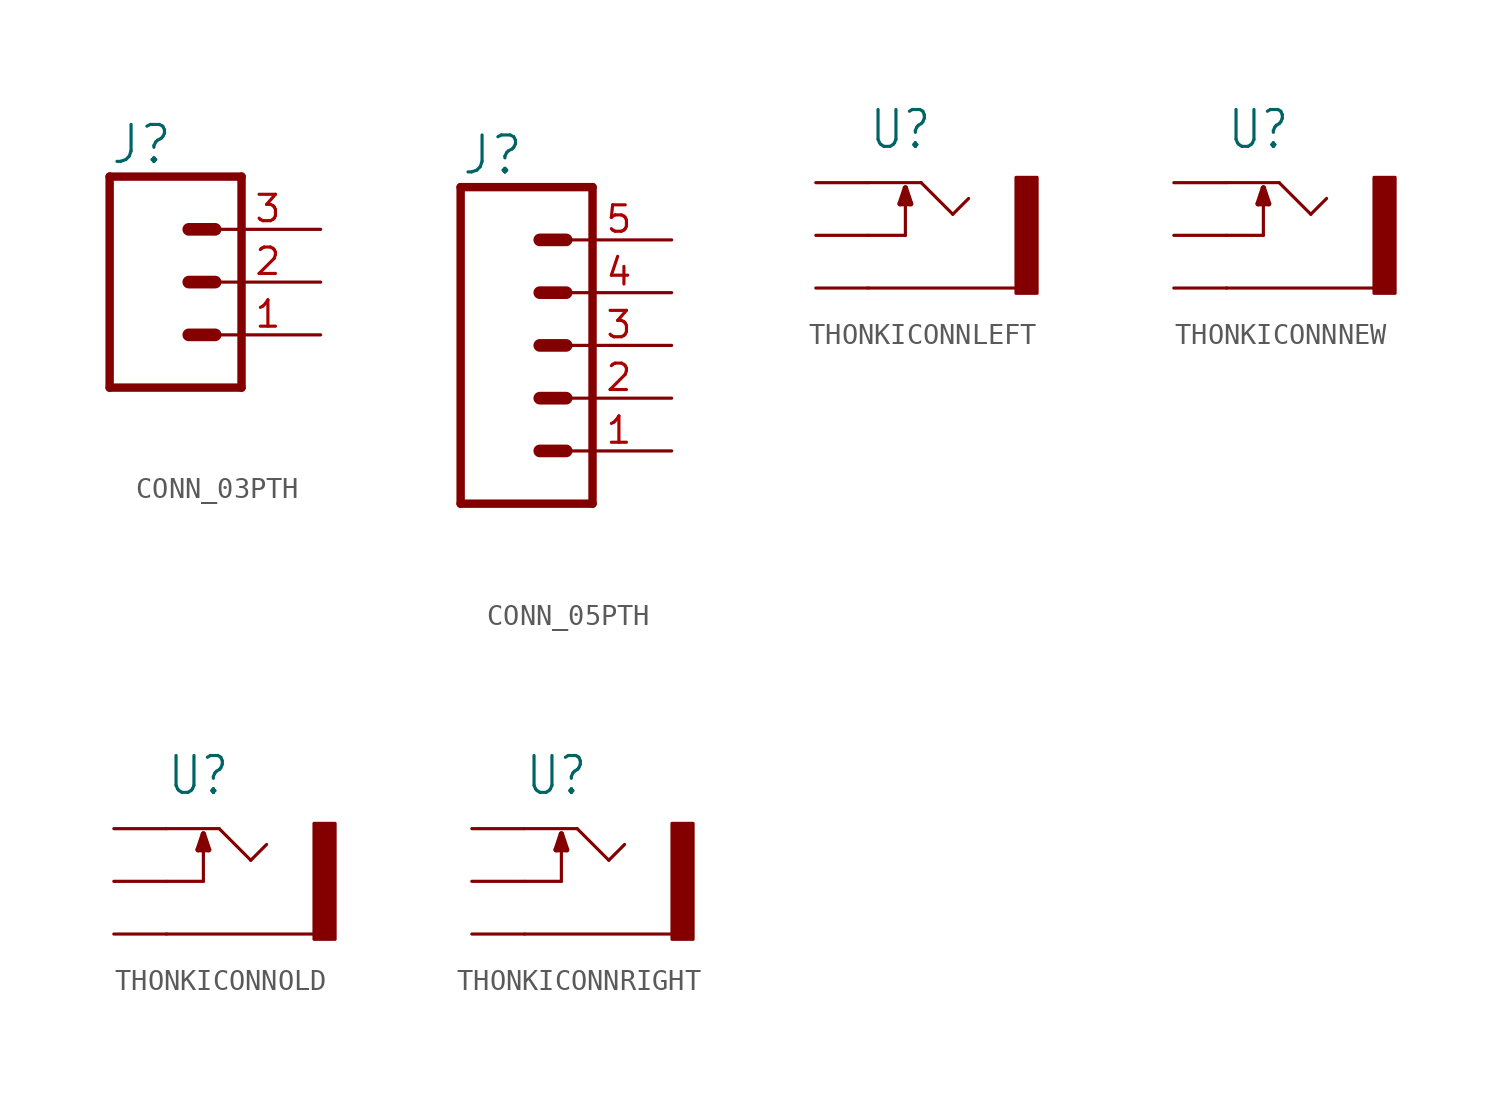
<source format=kicad_sym>
(kicad_symbol_lib
  (version 20231120)
  (generator "kicad_symbol_editor")
  (generator_version "8.0")
  (symbol "CONN_03PTH"
    (property "Reference" "J"
      (at -2.54 5.588 0)
      (effects (font (size 1.778 1.778)) (justify left bottom)))
    (property "Value" ""
      (at -2.54 -7.366 0)
      (effects (font (size 1.778 1.778)) (justify left bottom)))
    (property "ki_locked" ""
      (at 0 0 0)
      (effects (font (size 1.27 1.27))))
    (symbol "CONN_03PTH_1_0"
      (polyline (pts (xy -2.54 5.08) (xy -2.54 -5.08)) (stroke (width 0.406) (type solid)) (fill (type none)))
      (polyline (pts (xy -2.54 5.08) (xy 3.81 5.08)) (stroke (width 0.406) (type solid)) (fill (type none)))
      (polyline (pts (xy 1.27 -2.54) (xy 2.54 -2.54)) (stroke (width 0.61) (type solid)) (fill (type none)))
      (polyline (pts (xy 1.27 0) (xy 2.54 0)) (stroke (width 0.61) (type solid)) (fill (type none)))
      (polyline (pts (xy 1.27 2.54) (xy 2.54 2.54)) (stroke (width 0.61) (type solid)) (fill (type none)))
      (polyline (pts (xy 3.81 -5.08) (xy -2.54 -5.08)) (stroke (width 0.406) (type solid)) (fill (type none)))
      (polyline (pts (xy 3.81 -5.08) (xy 3.81 5.08)) (stroke (width 0.406) (type solid)) (fill (type none)))
      (pin passive line (at 7.62 -2.54 180) (length 5.08) (name "1" (effects (font (size 0 0)))) (number "1" (effects (font (size 1.27 1.27)))))
      (pin passive line (at 7.62 0 180) (length 5.08) (name "2" (effects (font (size 0 0)))) (number "2" (effects (font (size 1.27 1.27)))))
      (pin passive line (at 7.62 2.54 180) (length 5.08) (name "3" (effects (font (size 0 0)))) (number "3" (effects (font (size 1.27 1.27)))))))
  (symbol "CONN_05PTH"
    (property "Reference" "J"
      (at -2.54 8.128 0)
      (effects (font (size 1.778 1.778)) (justify left bottom)))
    (property "Value" ""
      (at -2.54 -9.906 0)
      (effects (font (size 1.778 1.778)) (justify left bottom)))
    (property "ki_locked" ""
      (at 0 0 0)
      (effects (font (size 1.27 1.27))))
    (symbol "CONN_05PTH_1_0"
      (polyline (pts (xy -2.54 7.62) (xy -2.54 -7.62)) (stroke (width 0.406) (type solid)) (fill (type none)))
      (polyline (pts (xy -2.54 7.62) (xy 3.81 7.62)) (stroke (width 0.406) (type solid)) (fill (type none)))
      (polyline (pts (xy 1.27 -5.08) (xy 2.54 -5.08)) (stroke (width 0.61) (type solid)) (fill (type none)))
      (polyline (pts (xy 1.27 -2.54) (xy 2.54 -2.54)) (stroke (width 0.61) (type solid)) (fill (type none)))
      (polyline (pts (xy 1.27 0) (xy 2.54 0)) (stroke (width 0.61) (type solid)) (fill (type none)))
      (polyline (pts (xy 1.27 2.54) (xy 2.54 2.54)) (stroke (width 0.61) (type solid)) (fill (type none)))
      (polyline (pts (xy 1.27 5.08) (xy 2.54 5.08)) (stroke (width 0.61) (type solid)) (fill (type none)))
      (polyline (pts (xy 3.81 -7.62) (xy -2.54 -7.62)) (stroke (width 0.406) (type solid)) (fill (type none)))
      (polyline (pts (xy 3.81 -7.62) (xy 3.81 7.62)) (stroke (width 0.406) (type solid)) (fill (type none)))
      (pin passive line (at 7.62 -5.08 180) (length 5.08) (name "1" (effects (font (size 0 0)))) (number "1" (effects (font (size 1.27 1.27)))))
      (pin passive line (at 7.62 -2.54 180) (length 5.08) (name "2" (effects (font (size 0 0)))) (number "2" (effects (font (size 1.27 1.27)))))
      (pin passive line (at 7.62 0 180) (length 5.08) (name "3" (effects (font (size 0 0)))) (number "3" (effects (font (size 1.27 1.27)))))
      (pin passive line (at 7.62 2.54 180) (length 5.08) (name "4" (effects (font (size 0 0)))) (number "4" (effects (font (size 1.27 1.27)))))
      (pin passive line (at 7.62 5.08 180) (length 5.08) (name "5" (effects (font (size 0 0)))) (number "5" (effects (font (size 1.27 1.27)))))))
  (symbol "THONKICONNLEFT"
    (property "Reference" "U"
      (at -2.54 4.064 0)
      (effects (font (size 1.778 1.511)) (justify left bottom)))
    (property "ki_locked" ""
      (at 0 0 0)
      (effects (font (size 1.27 1.27))))
    (symbol "THONKICONNLEFT_1_0"
      (polyline (pts (xy -2.54 -2.54) (xy 4.572 -2.54)) (stroke (width 0.152) (type solid)) (fill (type none)))
      (polyline (pts (xy -2.54 0) (xy -0.762 0)) (stroke (width 0.152) (type solid)) (fill (type none)))
      (polyline (pts (xy -2.54 2.54) (xy 0 2.54)) (stroke (width 0.152) (type solid)) (fill (type none)))
      (polyline (pts (xy -1.016 1.524) (xy -0.508 1.524)) (stroke (width 0.254) (type solid)) (fill (type none)))
      (polyline (pts (xy -0.762 0) (xy -0.762 2.286)) (stroke (width 0.152) (type solid)) (fill (type none)))
      (polyline (pts (xy -0.762 2.286) (xy -1.016 1.524)) (stroke (width 0.254) (type solid)) (fill (type none)))
      (polyline (pts (xy -0.508 1.524) (xy -0.762 2.286)) (stroke (width 0.254) (type solid)) (fill (type none)))
      (polyline (pts (xy 0 2.54) (xy 1.524 1.016)) (stroke (width 0.152) (type solid)) (fill (type none)))
      (polyline (pts (xy 1.524 1.016) (xy 2.286 1.778)) (stroke (width 0.152) (type solid)) (fill (type none)))
      (rectangle (start 4.572 2.794) (end 5.588 -2.794) (stroke (width 0) (type default)) (fill (type outline)))
      (pin passive line (at -5.08 2.54 0) (length 2.54) (name "TIP" (effects (font (size 0 0)))) (number "P$1_TIP" (effects (font (size 0 0)))))
      (pin passive line (at -5.08 0 0) (length 2.54) (name "SWITCH" (effects (font (size 0 0)))) (number "P$2_SWITCH" (effects (font (size 0 0)))))
      (pin passive line (at -5.08 -2.54 0) (length 2.54) (name "SLEEVE" (effects (font (size 0 0)))) (number "P$3_SLEEVE" (effects (font (size 0 0)))))))
  (symbol "THONKICONNNEW"
    (property "Reference" "U"
      (at -2.54 4.064 0)
      (effects (font (size 1.778 1.511)) (justify left bottom)))
    (property "ki_locked" ""
      (at 0 0 0)
      (effects (font (size 1.27 1.27))))
    (symbol "THONKICONNNEW_1_0"
      (polyline (pts (xy -2.54 -2.54) (xy 4.572 -2.54)) (stroke (width 0.152) (type solid)) (fill (type none)))
      (polyline (pts (xy -2.54 0) (xy -0.762 0)) (stroke (width 0.152) (type solid)) (fill (type none)))
      (polyline (pts (xy -2.54 2.54) (xy 0 2.54)) (stroke (width 0.152) (type solid)) (fill (type none)))
      (polyline (pts (xy -1.016 1.524) (xy -0.508 1.524)) (stroke (width 0.254) (type solid)) (fill (type none)))
      (polyline (pts (xy -0.762 0) (xy -0.762 2.286)) (stroke (width 0.152) (type solid)) (fill (type none)))
      (polyline (pts (xy -0.762 2.286) (xy -1.016 1.524)) (stroke (width 0.254) (type solid)) (fill (type none)))
      (polyline (pts (xy -0.508 1.524) (xy -0.762 2.286)) (stroke (width 0.254) (type solid)) (fill (type none)))
      (polyline (pts (xy 0 2.54) (xy 1.524 1.016)) (stroke (width 0.152) (type solid)) (fill (type none)))
      (polyline (pts (xy 1.524 1.016) (xy 2.286 1.778)) (stroke (width 0.152) (type solid)) (fill (type none)))
      (rectangle (start 4.572 2.794) (end 5.588 -2.794) (stroke (width 0) (type default)) (fill (type outline)))
      (pin passive line (at -5.08 2.54 0) (length 2.54) (name "TIP" (effects (font (size 0 0)))) (number "P$1_TIP" (effects (font (size 0 0)))))
      (pin passive line (at -5.08 0 0) (length 2.54) (name "SWITCH" (effects (font (size 0 0)))) (number "P$2_SWITCH" (effects (font (size 0 0)))))
      (pin passive line (at -5.08 -2.54 0) (length 2.54) (name "SLEEVE" (effects (font (size 0 0)))) (number "P$3_SLEEVE" (effects (font (size 0 0)))))))
  (symbol "THONKICONNOLD"
    (property "Reference" "U"
      (at -2.54 4.064 0)
      (effects (font (size 1.778 1.511)) (justify left bottom)))
    (property "ki_locked" ""
      (at 0 0 0)
      (effects (font (size 1.27 1.27))))
    (symbol "THONKICONNOLD_1_0"
      (polyline (pts (xy -2.54 -2.54) (xy 4.572 -2.54)) (stroke (width 0.152) (type solid)) (fill (type none)))
      (polyline (pts (xy -2.54 0) (xy -0.762 0)) (stroke (width 0.152) (type solid)) (fill (type none)))
      (polyline (pts (xy -2.54 2.54) (xy 0 2.54)) (stroke (width 0.152) (type solid)) (fill (type none)))
      (polyline (pts (xy -1.016 1.524) (xy -0.508 1.524)) (stroke (width 0.254) (type solid)) (fill (type none)))
      (polyline (pts (xy -0.762 0) (xy -0.762 2.286)) (stroke (width 0.152) (type solid)) (fill (type none)))
      (polyline (pts (xy -0.762 2.286) (xy -1.016 1.524)) (stroke (width 0.254) (type solid)) (fill (type none)))
      (polyline (pts (xy -0.508 1.524) (xy -0.762 2.286)) (stroke (width 0.254) (type solid)) (fill (type none)))
      (polyline (pts (xy 0 2.54) (xy 1.524 1.016)) (stroke (width 0.152) (type solid)) (fill (type none)))
      (polyline (pts (xy 1.524 1.016) (xy 2.286 1.778)) (stroke (width 0.152) (type solid)) (fill (type none)))
      (rectangle (start 4.572 2.794) (end 5.588 -2.794) (stroke (width 0) (type default)) (fill (type outline)))
      (pin passive line (at -5.08 -2.54 0) (length 2.54) (name "SLEEVE" (effects (font (size 0 0)))) (number "P$1_SLEEVE" (effects (font (size 0 0)))))
      (pin passive line (at -5.08 0 0) (length 2.54) (name "SWITCH" (effects (font (size 0 0)))) (number "P$2_SWITCH" (effects (font (size 0 0)))))
      (pin passive line (at -5.08 2.54 0) (length 2.54) (name "TIP" (effects (font (size 0 0)))) (number "P$3_TIP" (effects (font (size 0 0)))))))
  (symbol "THONKICONNRIGHT"
    (property "Reference" "U"
      (at -2.54 4.064 0)
      (effects (font (size 1.778 1.511)) (justify left bottom)))
    (property "ki_locked" ""
      (at 0 0 0)
      (effects (font (size 1.27 1.27))))
    (symbol "THONKICONNRIGHT_1_0"
      (polyline (pts (xy -2.54 -2.54) (xy 4.572 -2.54)) (stroke (width 0.152) (type solid)) (fill (type none)))
      (polyline (pts (xy -2.54 0) (xy -0.762 0)) (stroke (width 0.152) (type solid)) (fill (type none)))
      (polyline (pts (xy -2.54 2.54) (xy 0 2.54)) (stroke (width 0.152) (type solid)) (fill (type none)))
      (polyline (pts (xy -1.016 1.524) (xy -0.508 1.524)) (stroke (width 0.254) (type solid)) (fill (type none)))
      (polyline (pts (xy -0.762 0) (xy -0.762 2.286)) (stroke (width 0.152) (type solid)) (fill (type none)))
      (polyline (pts (xy -0.762 2.286) (xy -1.016 1.524)) (stroke (width 0.254) (type solid)) (fill (type none)))
      (polyline (pts (xy -0.508 1.524) (xy -0.762 2.286)) (stroke (width 0.254) (type solid)) (fill (type none)))
      (polyline (pts (xy 0 2.54) (xy 1.524 1.016)) (stroke (width 0.152) (type solid)) (fill (type none)))
      (polyline (pts (xy 1.524 1.016) (xy 2.286 1.778)) (stroke (width 0.152) (type solid)) (fill (type none)))
      (rectangle (start 4.572 2.794) (end 5.588 -2.794) (stroke (width 0) (type default)) (fill (type outline)))
      (pin passive line (at -5.08 2.54 0) (length 2.54) (name "TIP" (effects (font (size 0 0)))) (number "P$1_TIP" (effects (font (size 0 0)))))
      (pin passive line (at -5.08 0 0) (length 2.54) (name "SWITCH" (effects (font (size 0 0)))) (number "P$2_SWITCH" (effects (font (size 0 0)))))
      (pin passive line (at -5.08 -2.54 0) (length 2.54) (name "SLEEVE" (effects (font (size 0 0)))) (number "P$3_SLEEVE" (effects (font (size 0 0))))))))
</source>
